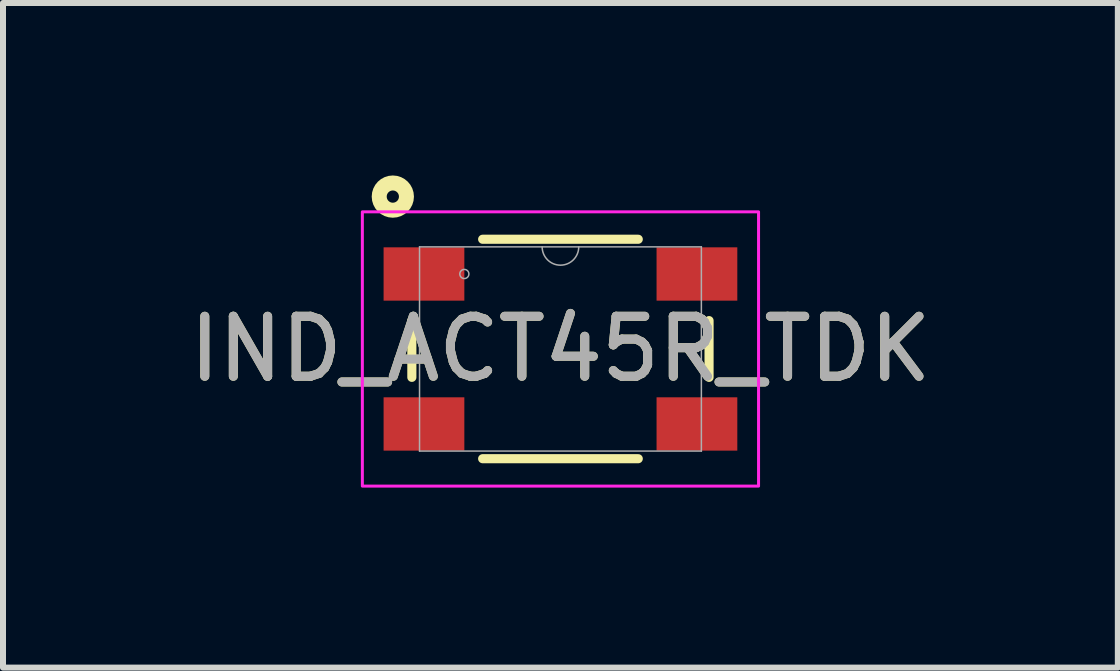
<source format=kicad_pcb>
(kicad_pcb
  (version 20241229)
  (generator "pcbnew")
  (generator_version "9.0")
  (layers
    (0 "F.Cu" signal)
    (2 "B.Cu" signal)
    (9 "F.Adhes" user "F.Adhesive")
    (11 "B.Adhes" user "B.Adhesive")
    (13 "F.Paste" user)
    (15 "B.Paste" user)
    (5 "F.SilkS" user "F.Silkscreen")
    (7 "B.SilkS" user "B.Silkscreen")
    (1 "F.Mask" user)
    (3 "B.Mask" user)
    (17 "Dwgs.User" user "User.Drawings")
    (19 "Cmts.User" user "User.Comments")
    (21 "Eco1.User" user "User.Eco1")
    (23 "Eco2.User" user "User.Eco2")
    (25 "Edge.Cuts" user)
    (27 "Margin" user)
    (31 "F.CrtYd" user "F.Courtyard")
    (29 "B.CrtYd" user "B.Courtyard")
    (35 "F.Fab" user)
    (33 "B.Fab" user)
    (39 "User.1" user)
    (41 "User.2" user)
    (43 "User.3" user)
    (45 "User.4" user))
  (footprint "IND_ACT45R_TDK"
    (layer "F.Cu")
    (at 6.292 2.767)
    (property "Reference" "IND_ACT45R_TDK" (at 0 0 0) (unlocked yes) (layer "F.SilkS") (effects (font (size 1 1) (thickness 0.15))))
    (attr smd)
    (fp_line (start -2.477 -0.473) (end -2.477 0.473) (stroke (width 0.152) (type solid)) (layer "F.SilkS"))
    (fp_line (start -1.297 1.829) (end 1.297 1.829) (stroke (width 0.152) (type solid)) (layer "F.SilkS"))
    (fp_line (start 1.297 -1.829) (end -1.297 -1.829) (stroke (width 0.152) (type solid)) (layer "F.SilkS"))
    (fp_line (start 2.477 0.473) (end 2.477 -0.473) (stroke (width 0.152) (type solid)) (layer "F.SilkS"))
    (fp_circle (center -2.794 -2.54) (end -2.692 -2.54) (stroke (width 0.25) (type solid)) (fill no) (layer "F.SilkS"))
    (fp_rect (start -3.302 -2.286) (end 3.302 2.286) (stroke (width 0.05) (type default)) (fill no) (layer "F.CrtYd"))
    (fp_line (start -2.349 -1.702) (end -2.349 1.702) (stroke (width 0.025) (type solid)) (layer "F.Fab"))
    (fp_line (start -2.349 1.702) (end 2.349 1.702) (stroke (width 0.025) (type solid)) (layer "F.Fab"))
    (fp_line (start 2.349 -1.702) (end -2.349 -1.702) (stroke (width 0.025) (type solid)) (layer "F.Fab"))
    (fp_line (start 2.349 1.702) (end 2.349 -1.702) (stroke (width 0.025) (type solid)) (layer "F.Fab"))
    (fp_arc (start 0.3048 -1.7018) (mid 0 -1.397) (end -0.3048 -1.7018) (stroke (width 0.0254) (type solid)) (layer "F.Fab"))
    (fp_circle (center -1.602 -1.25) (end -1.526 -1.25) (stroke (width 0.025) (type solid)) (fill no) (layer "F.Fab"))
    (fp_text user "${REFERENCE}" (at 0 0 0) (unlocked yes) (layer "F.Fab") (effects (font (size 1 1) (thickness 0.15))))
    (pad "1" smd rect (at -2.275 -1.25) (size 1.346 0.889) (layers "F.Cu" "F.Mask" "F.Paste"))
    (pad "2" smd rect (at -2.275 1.25) (size 1.346 0.889) (layers "F.Cu" "F.Mask" "F.Paste"))
    (pad "3" smd rect (at 2.275 1.25) (size 1.346 0.889) (layers "F.Cu" "F.Mask" "F.Paste"))
    (pad "4" smd rect (at 2.275 -1.25) (size 1.346 0.889) (layers "F.Cu" "F.Mask" "F.Paste")))
  (gr_rect
    (start -3 -3)
    (end 15.583 8.078)
    (stroke (width 0.1) (type default))
    (fill no)
    (layer "Edge.Cuts")))
</source>
